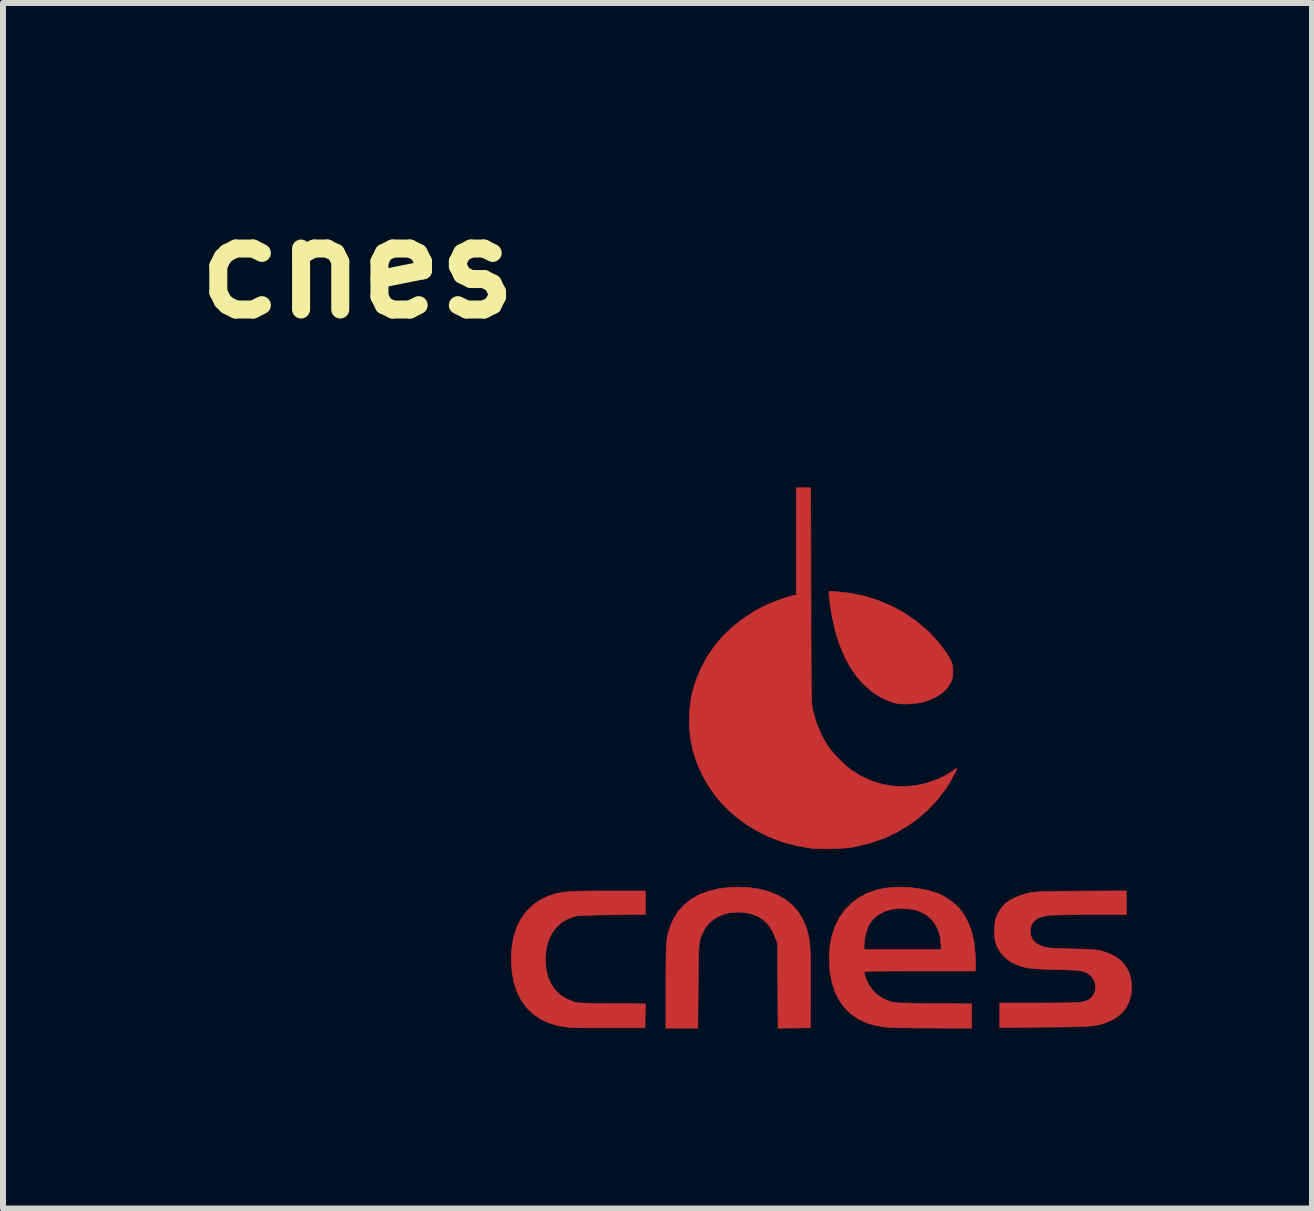
<source format=kicad_pcb>
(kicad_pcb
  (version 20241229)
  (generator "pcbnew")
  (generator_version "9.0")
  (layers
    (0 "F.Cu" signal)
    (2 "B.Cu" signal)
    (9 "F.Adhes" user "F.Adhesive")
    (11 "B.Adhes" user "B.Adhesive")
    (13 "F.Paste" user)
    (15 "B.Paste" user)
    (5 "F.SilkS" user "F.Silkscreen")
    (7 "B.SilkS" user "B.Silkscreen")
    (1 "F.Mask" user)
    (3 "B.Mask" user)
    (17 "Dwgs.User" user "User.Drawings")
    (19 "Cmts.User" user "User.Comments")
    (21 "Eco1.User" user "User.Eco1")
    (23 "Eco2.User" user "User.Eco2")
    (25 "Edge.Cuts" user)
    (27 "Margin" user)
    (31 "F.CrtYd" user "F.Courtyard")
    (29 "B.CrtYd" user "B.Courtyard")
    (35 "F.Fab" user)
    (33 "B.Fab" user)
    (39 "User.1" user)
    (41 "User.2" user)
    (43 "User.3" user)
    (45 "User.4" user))
  (footprint "cnes"
    (layer "F.Cu")
    (at 10.51 10.818)
    (property "Reference" "cnes" (at -7.6 -9.4 0) (layer "F.SilkS") (effects (font (size 1.524 1.524) (thickness 0.3))))
    (attr through_hole)
    (fp_poly (pts (xy 0.379 -4.009) (xy 0.622 -3.981) (xy 0.86 -3.93) (xy 1.091 -3.856) (xy 1.311 -3.761) (xy 1.52 -3.646) (xy 1.715 -3.511) (xy 1.895 -3.357) (xy 1.94 -3.312) (xy 2.021 -3.226) (xy 2.098 -3.136) (xy 2.168 -3.046) (xy 2.227 -2.961) (xy 2.27 -2.886) (xy 2.278 -2.87) (xy 2.299 -2.824) (xy 2.31 -2.785) (xy 2.316 -2.742) (xy 2.317 -2.685) (xy 2.317 -2.68) (xy 2.316 -2.619) (xy 2.31 -2.574) (xy 2.298 -2.534) (xy 2.283 -2.498) (xy 2.229 -2.411) (xy 2.153 -2.334) (xy 2.058 -2.266) (xy 1.945 -2.211) (xy 1.822 -2.171) (xy 1.741 -2.155) (xy 1.65 -2.144) (xy 1.555 -2.138) (xy 1.466 -2.139) (xy 1.388 -2.146) (xy 1.353 -2.153) (xy 1.28 -2.177) (xy 1.196 -2.213) (xy 1.109 -2.256) (xy 1.028 -2.304) (xy 0.965 -2.346) (xy 0.832 -2.464) (xy 0.711 -2.602) (xy 0.603 -2.761) (xy 0.508 -2.94) (xy 0.426 -3.138) (xy 0.359 -3.354) (xy 0.306 -3.588) (xy 0.274 -3.79) (xy 0.266 -3.853) (xy 0.26 -3.911) (xy 0.255 -3.955) (xy 0.254 -3.98) (xy 0.254 -4.017) (xy 0.379 -4.009)) (stroke (width 0.01) (type solid)) (fill yes) (layer "F.Cu"))
    (fp_poly (pts (xy -1.078 0.922) (xy -0.906 0.947) (xy -0.748 0.989) (xy -0.603 1.048) (xy -0.469 1.125) (xy -0.355 1.217) (xy -0.26 1.326) (xy -0.183 1.451) (xy -0.124 1.594) (xy -0.109 1.643) (xy -0.096 1.691) (xy -0.085 1.741) (xy -0.076 1.795) (xy -0.069 1.856) (xy -0.063 1.926) (xy -0.058 2.007) (xy -0.055 2.102) (xy -0.053 2.213) (xy -0.053 2.343) (xy -0.053 2.493) (xy -0.053 2.648) (xy -0.057 3.258) (xy -0.326 3.261) (xy -0.596 3.264) (xy -0.6 2.562) (xy -0.604 1.861) (xy -0.637 1.762) (xy -0.69 1.641) (xy -0.758 1.539) (xy -0.842 1.457) (xy -0.942 1.395) (xy -1.057 1.354) (xy -1.187 1.333) (xy -1.264 1.33) (xy -1.398 1.34) (xy -1.52 1.371) (xy -1.628 1.421) (xy -1.721 1.49) (xy -1.796 1.577) (xy -1.847 1.667) (xy -1.863 1.701) (xy -1.876 1.732) (xy -1.887 1.762) (xy -1.896 1.793) (xy -1.904 1.829) (xy -1.91 1.87) (xy -1.914 1.92) (xy -1.918 1.981) (xy -1.92 2.055) (xy -1.922 2.144) (xy -1.924 2.251) (xy -1.925 2.378) (xy -1.926 2.528) (xy -1.927 2.575) (xy -1.932 3.264) (xy -2.464 3.264) (xy -2.464 2.567) (xy -2.464 2.405) (xy -2.463 2.266) (xy -2.463 2.147) (xy -2.461 2.047) (xy -2.459 1.962) (xy -2.456 1.892) (xy -2.451 1.832) (xy -2.446 1.78) (xy -2.439 1.736) (xy -2.43 1.695) (xy -2.42 1.655) (xy -2.407 1.615) (xy -2.394 1.575) (xy -2.334 1.436) (xy -2.254 1.312) (xy -2.155 1.205) (xy -2.038 1.113) (xy -1.904 1.038) (xy -1.752 0.981) (xy -1.585 0.941) (xy -1.402 0.919) (xy -1.268 0.914) (xy -1.078 0.922)) (stroke (width 0.01) (type solid)) (fill yes) (layer "F.Cu"))
    (fp_poly (pts (xy -2.807 1.37) (xy -3.356 1.375) (xy -3.516 1.377) (xy -3.651 1.38) (xy -3.762 1.383) (xy -3.849 1.386) (xy -3.913 1.39) (xy -3.955 1.394) (xy -3.969 1.397) (xy -4.092 1.439) (xy -4.199 1.501) (xy -4.289 1.581) (xy -4.363 1.678) (xy -4.418 1.792) (xy -4.455 1.922) (xy -4.473 2.065) (xy -4.474 2.121) (xy -4.464 2.267) (xy -4.434 2.4) (xy -4.384 2.518) (xy -4.316 2.62) (xy -4.229 2.706) (xy -4.126 2.774) (xy -4.005 2.824) (xy -3.991 2.828) (xy -3.97 2.833) (xy -3.944 2.838) (xy -3.911 2.842) (xy -3.868 2.845) (xy -3.813 2.847) (xy -3.744 2.849) (xy -3.657 2.851) (xy -3.552 2.852) (xy -3.424 2.854) (xy -3.362 2.854) (xy -2.806 2.859) (xy -2.81 3.058) (xy -2.813 3.258) (xy -3.397 3.259) (xy -3.521 3.259) (xy -3.641 3.259) (xy -3.753 3.258) (xy -3.854 3.257) (xy -3.942 3.256) (xy -4.013 3.254) (xy -4.064 3.252) (xy -4.087 3.25) (xy -4.259 3.223) (xy -4.415 3.176) (xy -4.555 3.11) (xy -4.678 3.025) (xy -4.784 2.922) (xy -4.872 2.802) (xy -4.943 2.664) (xy -4.994 2.51) (xy -5.027 2.34) (xy -5.041 2.154) (xy -5.041 2.108) (xy -5.031 1.922) (xy -5.002 1.752) (xy -4.953 1.596) (xy -4.886 1.457) (xy -4.801 1.335) (xy -4.726 1.255) (xy -4.632 1.176) (xy -4.536 1.115) (xy -4.428 1.066) (xy -4.39 1.053) (xy -4.341 1.037) (xy -4.295 1.023) (xy -4.247 1.012) (xy -4.196 1.003) (xy -4.139 0.995) (xy -4.073 0.989) (xy -3.996 0.985) (xy -3.906 0.982) (xy -3.799 0.98) (xy -3.674 0.979) (xy -3.527 0.978) (xy -3.419 0.978) (xy -2.807 0.978) (xy -2.807 1.37)) (stroke (width 0.01) (type solid)) (fill yes) (layer "F.Cu"))
    (fp_poly (pts (xy -0.048 -3.947) (xy -0.047 -3.697) (xy -0.046 -3.473) (xy -0.046 -3.27) (xy -0.045 -3.09) (xy -0.045 -2.929) (xy -0.044 -2.787) (xy -0.043 -2.663) (xy -0.043 -2.555) (xy -0.042 -2.462) (xy -0.041 -2.382) (xy -0.04 -2.315) (xy -0.038 -2.258) (xy -0.037 -2.211) (xy -0.035 -2.173) (xy -0.033 -2.141) (xy -0.03 -2.115) (xy -0.028 -2.094) (xy -0.025 -2.075) (xy -0.022 -2.058) (xy -0.018 -2.042) (xy -0.016 -2.035) (xy 0.034 -1.852) (xy 0.097 -1.686) (xy 0.176 -1.531) (xy 0.237 -1.432) (xy 0.284 -1.37) (xy 0.345 -1.298) (xy 0.416 -1.223) (xy 0.49 -1.151) (xy 0.561 -1.087) (xy 0.624 -1.037) (xy 0.791 -0.934) (xy 0.966 -0.854) (xy 1.146 -0.799) (xy 1.329 -0.768) (xy 1.516 -0.761) (xy 1.703 -0.779) (xy 1.89 -0.821) (xy 2.075 -0.888) (xy 2.16 -0.928) (xy 2.215 -0.957) (xy 2.269 -0.99) (xy 2.313 -1.019) (xy 2.317 -1.022) (xy 2.349 -1.046) (xy 2.373 -1.061) (xy 2.382 -1.064) (xy 2.38 -1.049) (xy 2.367 -1.018) (xy 2.344 -0.974) (xy 2.316 -0.921) (xy 2.283 -0.863) (xy 2.249 -0.805) (xy 2.215 -0.752) (xy 2.197 -0.724) (xy 2.058 -0.542) (xy 1.905 -0.378) (xy 1.734 -0.23) (xy 1.582 -0.12) (xy 1.383 -0.001) (xy 1.174 0.097) (xy 0.952 0.175) (xy 0.716 0.234) (xy 0.641 0.248) (xy 0.579 0.257) (xy 0.498 0.264) (xy 0.403 0.269) (xy 0.303 0.273) (xy 0.202 0.274) (xy 0.107 0.274) (xy 0.025 0.271) (xy -0.038 0.266) (xy -0.289 0.224) (xy -0.529 0.159) (xy -0.758 0.071) (xy -0.974 -0.039) (xy -1.113 -0.126) (xy -1.27 -0.239) (xy -1.407 -0.355) (xy -1.53 -0.479) (xy -1.644 -0.616) (xy -1.734 -0.743) (xy -1.849 -0.937) (xy -1.941 -1.14) (xy -2.01 -1.351) (xy -2.055 -1.566) (xy -2.076 -1.786) (xy -2.072 -2.007) (xy -2.044 -2.229) (xy -2.032 -2.291) (xy -1.972 -2.507) (xy -1.889 -2.714) (xy -1.784 -2.911) (xy -1.658 -3.096) (xy -1.512 -3.269) (xy -1.347 -3.427) (xy -1.164 -3.57) (xy -0.965 -3.696) (xy -0.83 -3.767) (xy -0.758 -3.8) (xy -0.675 -3.834) (xy -0.588 -3.867) (xy -0.502 -3.897) (xy -0.423 -3.922) (xy -0.359 -3.939) (xy -0.34 -3.944) (xy -0.292 -3.953) (xy -0.292 -5.74) (xy -0.052 -5.74) (xy -0.048 -3.947)) (stroke (width 0.01) (type solid)) (fill yes) (layer "F.Cu"))
    (fp_poly (pts (xy 1.622 0.923) (xy 1.777 0.943) (xy 1.923 0.974) (xy 2.054 1.015) (xy 2.099 1.033) (xy 2.166 1.068) (xy 2.239 1.113) (xy 2.311 1.164) (xy 2.373 1.215) (xy 2.415 1.256) (xy 2.506 1.378) (xy 2.579 1.516) (xy 2.634 1.671) (xy 2.671 1.842) (xy 2.69 2.031) (xy 2.692 2.143) (xy 2.692 2.311) (xy 1.765 2.311) (xy 1.583 2.311) (xy 1.424 2.312) (xy 1.289 2.312) (xy 1.174 2.313) (xy 1.078 2.314) (xy 1.001 2.315) (xy 0.941 2.317) (xy 0.896 2.319) (xy 0.865 2.321) (xy 0.846 2.323) (xy 0.839 2.326) (xy 0.838 2.327) (xy 0.844 2.361) (xy 0.859 2.409) (xy 0.88 2.464) (xy 0.905 2.52) (xy 0.916 2.54) (xy 0.978 2.632) (xy 1.061 2.711) (xy 1.162 2.775) (xy 1.276 2.822) (xy 1.314 2.832) (xy 1.34 2.837) (xy 1.382 2.84) (xy 1.442 2.844) (xy 1.52 2.846) (xy 1.62 2.849) (xy 1.741 2.851) (xy 1.885 2.853) (xy 2.003 2.854) (xy 2.629 2.859) (xy 2.629 3.264) (xy 1.978 3.262) (xy 1.848 3.262) (xy 1.721 3.261) (xy 1.602 3.259) (xy 1.494 3.258) (xy 1.398 3.256) (xy 1.319 3.254) (xy 1.258 3.252) (xy 1.22 3.25) (xy 1.216 3.25) (xy 1.042 3.223) (xy 0.885 3.177) (xy 0.745 3.112) (xy 0.622 3.029) (xy 0.517 2.927) (xy 0.429 2.808) (xy 0.359 2.67) (xy 0.307 2.514) (xy 0.273 2.341) (xy 0.264 2.259) (xy 0.257 2.067) (xy 0.271 1.885) (xy 0.273 1.875) (xy 0.838 1.875) (xy 0.838 1.956) (xy 2.121 1.956) (xy 2.121 1.883) (xy 2.109 1.753) (xy 2.077 1.636) (xy 2.025 1.532) (xy 1.955 1.443) (xy 1.868 1.371) (xy 1.765 1.318) (xy 1.665 1.288) (xy 1.583 1.276) (xy 1.489 1.271) (xy 1.394 1.273) (xy 1.308 1.282) (xy 1.273 1.289) (xy 1.162 1.326) (xy 1.065 1.38) (xy 0.985 1.45) (xy 0.925 1.532) (xy 0.923 1.535) (xy 0.891 1.607) (xy 0.865 1.692) (xy 0.847 1.782) (xy 0.838 1.864) (xy 0.838 1.875) (xy 0.273 1.875) (xy 0.305 1.716) (xy 0.358 1.56) (xy 0.43 1.419) (xy 0.52 1.293) (xy 0.628 1.183) (xy 0.752 1.09) (xy 0.891 1.016) (xy 1.046 0.962) (xy 1.167 0.935) (xy 1.311 0.918) (xy 1.465 0.914) (xy 1.622 0.923)) (stroke (width 0.01) (type solid)) (fill yes) (layer "F.Cu"))
    (fp_poly (pts (xy 5.207 1.372) (xy 4.613 1.372) (xy 4.488 1.372) (xy 4.367 1.373) (xy 4.254 1.374) (xy 4.151 1.376) (xy 4.062 1.378) (xy 3.989 1.38) (xy 3.937 1.382) (xy 3.911 1.385) (xy 3.808 1.404) (xy 3.727 1.436) (xy 3.667 1.481) (xy 3.628 1.539) (xy 3.609 1.61) (xy 3.607 1.647) (xy 3.617 1.727) (xy 3.649 1.794) (xy 3.702 1.848) (xy 3.777 1.89) (xy 3.82 1.906) (xy 3.847 1.914) (xy 3.874 1.92) (xy 3.907 1.925) (xy 3.947 1.929) (xy 3.998 1.933) (xy 4.064 1.936) (xy 4.147 1.939) (xy 4.251 1.942) (xy 4.305 1.943) (xy 4.421 1.946) (xy 4.514 1.949) (xy 4.589 1.953) (xy 4.648 1.956) (xy 4.695 1.96) (xy 4.734 1.965) (xy 4.767 1.971) (xy 4.799 1.979) (xy 4.806 1.981) (xy 4.938 2.027) (xy 5.05 2.088) (xy 5.141 2.164) (xy 5.212 2.254) (xy 5.261 2.358) (xy 5.289 2.475) (xy 5.296 2.578) (xy 5.285 2.709) (xy 5.253 2.826) (xy 5.2 2.929) (xy 5.126 3.018) (xy 5.031 3.093) (xy 4.915 3.153) (xy 4.842 3.181) (xy 4.804 3.193) (xy 4.766 3.203) (xy 4.728 3.212) (xy 4.686 3.219) (xy 4.639 3.225) (xy 4.583 3.231) (xy 4.517 3.235) (xy 4.439 3.238) (xy 4.346 3.241) (xy 4.236 3.243) (xy 4.107 3.245) (xy 3.956 3.246) (xy 3.832 3.247) (xy 3.099 3.254) (xy 3.099 2.845) (xy 3.75 2.845) (xy 3.906 2.844) (xy 4.04 2.844) (xy 4.152 2.843) (xy 4.246 2.841) (xy 4.323 2.839) (xy 4.385 2.836) (xy 4.436 2.832) (xy 4.476 2.826) (xy 4.509 2.819) (xy 4.536 2.81) (xy 4.56 2.8) (xy 4.583 2.788) (xy 4.586 2.786) (xy 4.641 2.741) (xy 4.677 2.683) (xy 4.695 2.616) (xy 4.695 2.547) (xy 4.677 2.479) (xy 4.641 2.417) (xy 4.587 2.367) (xy 4.586 2.366) (xy 4.556 2.347) (xy 4.527 2.332) (xy 4.493 2.32) (xy 4.454 2.311) (xy 4.404 2.304) (xy 4.342 2.298) (xy 4.264 2.294) (xy 4.167 2.29) (xy 4.048 2.287) (xy 4.026 2.286) (xy 3.898 2.283) (xy 3.791 2.279) (xy 3.703 2.274) (xy 3.631 2.268) (xy 3.569 2.26) (xy 3.516 2.25) (xy 3.467 2.237) (xy 3.419 2.221) (xy 3.392 2.211) (xy 3.283 2.158) (xy 3.19 2.089) (xy 3.113 2.005) (xy 3.056 1.91) (xy 3.024 1.816) (xy 3.015 1.755) (xy 3.011 1.679) (xy 3.012 1.598) (xy 3.018 1.521) (xy 3.028 1.458) (xy 3.029 1.454) (xy 3.065 1.358) (xy 3.119 1.268) (xy 3.185 1.194) (xy 3.188 1.191) (xy 3.256 1.141) (xy 3.344 1.094) (xy 3.443 1.053) (xy 3.548 1.021) (xy 3.575 1.015) (xy 3.603 1.009) (xy 3.629 1.004) (xy 3.657 0.999) (xy 3.689 0.996) (xy 3.726 0.993) (xy 3.772 0.99) (xy 3.828 0.988) (xy 3.896 0.987) (xy 3.98 0.985) (xy 4.08 0.984) (xy 4.2 0.983) (xy 4.341 0.982) (xy 4.455 0.981) (xy 5.207 0.976) (xy 5.207 1.372)) (stroke (width 0.01) (type solid)) (fill yes) (layer "F.Cu"))
    (fp_poly (pts (xy 0.379 -4.009) (xy 0.622 -3.981) (xy 0.86 -3.93) (xy 1.091 -3.856) (xy 1.311 -3.761) (xy 1.52 -3.646) (xy 1.715 -3.511) (xy 1.895 -3.357) (xy 1.94 -3.312) (xy 2.021 -3.226) (xy 2.098 -3.136) (xy 2.168 -3.046) (xy 2.227 -2.961) (xy 2.27 -2.886) (xy 2.278 -2.87) (xy 2.299 -2.824) (xy 2.31 -2.785) (xy 2.316 -2.742) (xy 2.317 -2.685) (xy 2.317 -2.68) (xy 2.316 -2.619) (xy 2.31 -2.574) (xy 2.298 -2.534) (xy 2.283 -2.498) (xy 2.229 -2.411) (xy 2.153 -2.334) (xy 2.058 -2.266) (xy 1.945 -2.211) (xy 1.822 -2.171) (xy 1.741 -2.155) (xy 1.65 -2.144) (xy 1.555 -2.138) (xy 1.466 -2.139) (xy 1.388 -2.146) (xy 1.353 -2.153) (xy 1.28 -2.177) (xy 1.196 -2.213) (xy 1.109 -2.256) (xy 1.028 -2.304) (xy 0.965 -2.346) (xy 0.832 -2.464) (xy 0.711 -2.602) (xy 0.603 -2.761) (xy 0.508 -2.94) (xy 0.426 -3.138) (xy 0.359 -3.354) (xy 0.306 -3.588) (xy 0.274 -3.79) (xy 0.266 -3.853) (xy 0.26 -3.911) (xy 0.255 -3.955) (xy 0.254 -3.98) (xy 0.254 -4.017) (xy 0.379 -4.009)) (stroke (width 0.01) (type solid)) (fill yes) (layer "F.Mask"))
    (fp_poly (pts (xy -1.078 0.922) (xy -0.906 0.947) (xy -0.748 0.989) (xy -0.603 1.048) (xy -0.469 1.125) (xy -0.355 1.217) (xy -0.26 1.326) (xy -0.183 1.451) (xy -0.124 1.594) (xy -0.109 1.643) (xy -0.096 1.691) (xy -0.085 1.741) (xy -0.076 1.795) (xy -0.069 1.856) (xy -0.063 1.926) (xy -0.058 2.007) (xy -0.055 2.102) (xy -0.053 2.213) (xy -0.053 2.343) (xy -0.053 2.493) (xy -0.053 2.648) (xy -0.057 3.258) (xy -0.326 3.261) (xy -0.596 3.264) (xy -0.6 2.562) (xy -0.604 1.861) (xy -0.637 1.762) (xy -0.69 1.641) (xy -0.758 1.539) (xy -0.842 1.457) (xy -0.942 1.395) (xy -1.057 1.354) (xy -1.187 1.333) (xy -1.264 1.33) (xy -1.398 1.34) (xy -1.52 1.371) (xy -1.628 1.421) (xy -1.721 1.49) (xy -1.796 1.577) (xy -1.847 1.667) (xy -1.863 1.701) (xy -1.876 1.732) (xy -1.887 1.762) (xy -1.896 1.793) (xy -1.904 1.829) (xy -1.91 1.87) (xy -1.914 1.92) (xy -1.918 1.981) (xy -1.92 2.055) (xy -1.922 2.144) (xy -1.924 2.251) (xy -1.925 2.378) (xy -1.926 2.528) (xy -1.927 2.575) (xy -1.932 3.264) (xy -2.464 3.264) (xy -2.464 2.567) (xy -2.464 2.405) (xy -2.463 2.266) (xy -2.463 2.147) (xy -2.461 2.047) (xy -2.459 1.962) (xy -2.456 1.892) (xy -2.451 1.832) (xy -2.446 1.78) (xy -2.439 1.736) (xy -2.43 1.695) (xy -2.42 1.655) (xy -2.407 1.615) (xy -2.394 1.575) (xy -2.334 1.436) (xy -2.254 1.312) (xy -2.155 1.205) (xy -2.038 1.113) (xy -1.904 1.038) (xy -1.752 0.981) (xy -1.585 0.941) (xy -1.402 0.919) (xy -1.268 0.914) (xy -1.078 0.922)) (stroke (width 0.01) (type solid)) (fill yes) (layer "F.Mask"))
    (fp_poly (pts (xy -2.807 1.37) (xy -3.356 1.375) (xy -3.516 1.377) (xy -3.651 1.38) (xy -3.762 1.383) (xy -3.849 1.386) (xy -3.913 1.39) (xy -3.955 1.394) (xy -3.969 1.397) (xy -4.092 1.439) (xy -4.199 1.501) (xy -4.289 1.581) (xy -4.363 1.678) (xy -4.418 1.792) (xy -4.455 1.922) (xy -4.473 2.065) (xy -4.474 2.121) (xy -4.464 2.267) (xy -4.434 2.4) (xy -4.384 2.518) (xy -4.316 2.62) (xy -4.229 2.706) (xy -4.126 2.774) (xy -4.005 2.824) (xy -3.991 2.828) (xy -3.97 2.833) (xy -3.944 2.838) (xy -3.911 2.842) (xy -3.868 2.845) (xy -3.813 2.847) (xy -3.744 2.849) (xy -3.657 2.851) (xy -3.552 2.852) (xy -3.424 2.854) (xy -3.362 2.854) (xy -2.806 2.859) (xy -2.81 3.058) (xy -2.813 3.258) (xy -3.397 3.259) (xy -3.521 3.259) (xy -3.641 3.259) (xy -3.753 3.258) (xy -3.854 3.257) (xy -3.942 3.256) (xy -4.013 3.254) (xy -4.064 3.252) (xy -4.087 3.25) (xy -4.259 3.223) (xy -4.415 3.176) (xy -4.555 3.11) (xy -4.678 3.025) (xy -4.784 2.922) (xy -4.872 2.802) (xy -4.943 2.664) (xy -4.994 2.51) (xy -5.027 2.34) (xy -5.041 2.154) (xy -5.041 2.108) (xy -5.031 1.922) (xy -5.002 1.752) (xy -4.953 1.596) (xy -4.886 1.457) (xy -4.801 1.335) (xy -4.726 1.255) (xy -4.632 1.176) (xy -4.536 1.115) (xy -4.428 1.066) (xy -4.39 1.053) (xy -4.341 1.037) (xy -4.295 1.023) (xy -4.247 1.012) (xy -4.196 1.003) (xy -4.139 0.995) (xy -4.073 0.989) (xy -3.996 0.985) (xy -3.906 0.982) (xy -3.799 0.98) (xy -3.674 0.979) (xy -3.527 0.978) (xy -3.419 0.978) (xy -2.807 0.978) (xy -2.807 1.37)) (stroke (width 0.01) (type solid)) (fill yes) (layer "F.Mask"))
    (fp_poly (pts (xy -0.048 -3.947) (xy -0.047 -3.697) (xy -0.046 -3.473) (xy -0.046 -3.27) (xy -0.045 -3.09) (xy -0.045 -2.929) (xy -0.044 -2.787) (xy -0.043 -2.663) (xy -0.043 -2.555) (xy -0.042 -2.462) (xy -0.041 -2.382) (xy -0.04 -2.315) (xy -0.038 -2.258) (xy -0.037 -2.211) (xy -0.035 -2.173) (xy -0.033 -2.141) (xy -0.03 -2.115) (xy -0.028 -2.094) (xy -0.025 -2.075) (xy -0.022 -2.058) (xy -0.018 -2.042) (xy -0.016 -2.035) (xy 0.034 -1.852) (xy 0.097 -1.686) (xy 0.176 -1.531) (xy 0.237 -1.432) (xy 0.284 -1.37) (xy 0.345 -1.298) (xy 0.416 -1.223) (xy 0.49 -1.151) (xy 0.561 -1.087) (xy 0.624 -1.037) (xy 0.791 -0.934) (xy 0.966 -0.854) (xy 1.146 -0.799) (xy 1.329 -0.768) (xy 1.516 -0.761) (xy 1.703 -0.779) (xy 1.89 -0.821) (xy 2.075 -0.888) (xy 2.16 -0.928) (xy 2.215 -0.957) (xy 2.269 -0.99) (xy 2.313 -1.019) (xy 2.317 -1.022) (xy 2.349 -1.046) (xy 2.373 -1.061) (xy 2.382 -1.064) (xy 2.38 -1.049) (xy 2.367 -1.018) (xy 2.344 -0.974) (xy 2.316 -0.921) (xy 2.283 -0.863) (xy 2.249 -0.805) (xy 2.215 -0.752) (xy 2.197 -0.724) (xy 2.058 -0.542) (xy 1.905 -0.378) (xy 1.734 -0.23) (xy 1.582 -0.12) (xy 1.383 -0.001) (xy 1.174 0.097) (xy 0.952 0.175) (xy 0.716 0.234) (xy 0.641 0.248) (xy 0.579 0.257) (xy 0.498 0.264) (xy 0.403 0.269) (xy 0.303 0.273) (xy 0.202 0.274) (xy 0.107 0.274) (xy 0.025 0.271) (xy -0.038 0.266) (xy -0.289 0.224) (xy -0.529 0.159) (xy -0.758 0.071) (xy -0.974 -0.039) (xy -1.113 -0.126) (xy -1.27 -0.239) (xy -1.407 -0.355) (xy -1.53 -0.479) (xy -1.644 -0.616) (xy -1.734 -0.743) (xy -1.849 -0.937) (xy -1.941 -1.14) (xy -2.01 -1.351) (xy -2.055 -1.566) (xy -2.076 -1.786) (xy -2.072 -2.007) (xy -2.044 -2.229) (xy -2.032 -2.291) (xy -1.972 -2.507) (xy -1.889 -2.714) (xy -1.784 -2.911) (xy -1.658 -3.096) (xy -1.512 -3.269) (xy -1.347 -3.427) (xy -1.164 -3.57) (xy -0.965 -3.696) (xy -0.83 -3.767) (xy -0.758 -3.8) (xy -0.675 -3.834) (xy -0.588 -3.867) (xy -0.502 -3.897) (xy -0.423 -3.922) (xy -0.359 -3.939) (xy -0.34 -3.944) (xy -0.292 -3.953) (xy -0.292 -5.74) (xy -0.052 -5.74) (xy -0.048 -3.947)) (stroke (width 0.01) (type solid)) (fill yes) (layer "F.Mask"))
    (fp_poly (pts (xy 1.622 0.923) (xy 1.777 0.943) (xy 1.923 0.974) (xy 2.054 1.015) (xy 2.099 1.033) (xy 2.166 1.068) (xy 2.239 1.113) (xy 2.311 1.164) (xy 2.373 1.215) (xy 2.415 1.256) (xy 2.506 1.378) (xy 2.579 1.516) (xy 2.634 1.671) (xy 2.671 1.842) (xy 2.69 2.031) (xy 2.692 2.143) (xy 2.692 2.311) (xy 1.765 2.311) (xy 1.583 2.311) (xy 1.424 2.312) (xy 1.289 2.312) (xy 1.174 2.313) (xy 1.078 2.314) (xy 1.001 2.315) (xy 0.941 2.317) (xy 0.896 2.319) (xy 0.865 2.321) (xy 0.846 2.323) (xy 0.839 2.326) (xy 0.838 2.327) (xy 0.844 2.361) (xy 0.859 2.409) (xy 0.88 2.464) (xy 0.905 2.52) (xy 0.916 2.54) (xy 0.978 2.632) (xy 1.061 2.711) (xy 1.162 2.775) (xy 1.276 2.822) (xy 1.314 2.832) (xy 1.34 2.837) (xy 1.382 2.84) (xy 1.442 2.844) (xy 1.52 2.846) (xy 1.62 2.849) (xy 1.741 2.851) (xy 1.885 2.853) (xy 2.003 2.854) (xy 2.629 2.859) (xy 2.629 3.264) (xy 1.978 3.262) (xy 1.848 3.262) (xy 1.721 3.261) (xy 1.602 3.259) (xy 1.494 3.258) (xy 1.398 3.256) (xy 1.319 3.254) (xy 1.258 3.252) (xy 1.22 3.25) (xy 1.216 3.25) (xy 1.042 3.223) (xy 0.885 3.177) (xy 0.745 3.112) (xy 0.622 3.029) (xy 0.517 2.927) (xy 0.429 2.808) (xy 0.359 2.67) (xy 0.307 2.514) (xy 0.273 2.341) (xy 0.264 2.259) (xy 0.257 2.067) (xy 0.271 1.885) (xy 0.273 1.875) (xy 0.838 1.875) (xy 0.838 1.956) (xy 2.121 1.956) (xy 2.121 1.883) (xy 2.109 1.753) (xy 2.077 1.636) (xy 2.025 1.532) (xy 1.955 1.443) (xy 1.868 1.371) (xy 1.765 1.318) (xy 1.665 1.288) (xy 1.583 1.276) (xy 1.489 1.271) (xy 1.394 1.273) (xy 1.308 1.282) (xy 1.273 1.289) (xy 1.162 1.326) (xy 1.065 1.38) (xy 0.985 1.45) (xy 0.925 1.532) (xy 0.923 1.535) (xy 0.891 1.607) (xy 0.865 1.692) (xy 0.847 1.782) (xy 0.838 1.864) (xy 0.838 1.875) (xy 0.273 1.875) (xy 0.305 1.716) (xy 0.358 1.56) (xy 0.43 1.419) (xy 0.52 1.293) (xy 0.628 1.183) (xy 0.752 1.09) (xy 0.891 1.016) (xy 1.046 0.962) (xy 1.167 0.935) (xy 1.311 0.918) (xy 1.465 0.914) (xy 1.622 0.923)) (stroke (width 0.01) (type solid)) (fill yes) (layer "F.Mask"))
    (fp_poly (pts (xy 5.207 1.372) (xy 4.613 1.372) (xy 4.488 1.372) (xy 4.367 1.373) (xy 4.254 1.374) (xy 4.151 1.376) (xy 4.062 1.378) (xy 3.989 1.38) (xy 3.937 1.382) (xy 3.911 1.385) (xy 3.808 1.404) (xy 3.727 1.436) (xy 3.667 1.481) (xy 3.628 1.539) (xy 3.609 1.61) (xy 3.607 1.647) (xy 3.617 1.727) (xy 3.649 1.794) (xy 3.702 1.848) (xy 3.777 1.89) (xy 3.82 1.906) (xy 3.847 1.914) (xy 3.874 1.92) (xy 3.907 1.925) (xy 3.947 1.929) (xy 3.998 1.933) (xy 4.064 1.936) (xy 4.147 1.939) (xy 4.251 1.942) (xy 4.305 1.943) (xy 4.421 1.946) (xy 4.514 1.949) (xy 4.589 1.953) (xy 4.648 1.956) (xy 4.695 1.96) (xy 4.734 1.965) (xy 4.767 1.971) (xy 4.799 1.979) (xy 4.806 1.981) (xy 4.938 2.027) (xy 5.05 2.088) (xy 5.141 2.164) (xy 5.212 2.254) (xy 5.261 2.358) (xy 5.289 2.475) (xy 5.296 2.578) (xy 5.285 2.709) (xy 5.253 2.826) (xy 5.2 2.929) (xy 5.126 3.018) (xy 5.031 3.093) (xy 4.915 3.153) (xy 4.842 3.181) (xy 4.804 3.193) (xy 4.766 3.203) (xy 4.728 3.212) (xy 4.686 3.219) (xy 4.639 3.225) (xy 4.583 3.231) (xy 4.517 3.235) (xy 4.439 3.238) (xy 4.346 3.241) (xy 4.236 3.243) (xy 4.107 3.245) (xy 3.956 3.246) (xy 3.832 3.247) (xy 3.099 3.254) (xy 3.099 2.845) (xy 3.75 2.845) (xy 3.906 2.844) (xy 4.04 2.844) (xy 4.152 2.843) (xy 4.246 2.841) (xy 4.323 2.839) (xy 4.385 2.836) (xy 4.436 2.832) (xy 4.476 2.826) (xy 4.509 2.819) (xy 4.536 2.81) (xy 4.56 2.8) (xy 4.583 2.788) (xy 4.586 2.786) (xy 4.641 2.741) (xy 4.677 2.683) (xy 4.695 2.616) (xy 4.695 2.547) (xy 4.677 2.479) (xy 4.641 2.417) (xy 4.587 2.367) (xy 4.586 2.366) (xy 4.556 2.347) (xy 4.527 2.332) (xy 4.493 2.32) (xy 4.454 2.311) (xy 4.404 2.304) (xy 4.342 2.298) (xy 4.264 2.294) (xy 4.167 2.29) (xy 4.048 2.287) (xy 4.026 2.286) (xy 3.898 2.283) (xy 3.791 2.279) (xy 3.703 2.274) (xy 3.631 2.268) (xy 3.569 2.26) (xy 3.516 2.25) (xy 3.467 2.237) (xy 3.419 2.221) (xy 3.392 2.211) (xy 3.283 2.158) (xy 3.19 2.089) (xy 3.113 2.005) (xy 3.056 1.91) (xy 3.024 1.816) (xy 3.015 1.755) (xy 3.011 1.679) (xy 3.012 1.598) (xy 3.018 1.521) (xy 3.028 1.458) (xy 3.029 1.454) (xy 3.065 1.358) (xy 3.119 1.268) (xy 3.185 1.194) (xy 3.188 1.191) (xy 3.256 1.141) (xy 3.344 1.094) (xy 3.443 1.053) (xy 3.548 1.021) (xy 3.575 1.015) (xy 3.603 1.009) (xy 3.629 1.004) (xy 3.657 0.999) (xy 3.689 0.996) (xy 3.726 0.993) (xy 3.772 0.99) (xy 3.828 0.988) (xy 3.896 0.987) (xy 3.98 0.985) (xy 4.08 0.984) (xy 4.2 0.983) (xy 4.341 0.982) (xy 4.455 0.981) (xy 5.207 0.976) (xy 5.207 1.372)) (stroke (width 0.01) (type solid)) (fill yes) (layer "F.Mask")))
  (gr_rect
    (start -3 -3)
    (end 18.811 17.087)
    (stroke (width 0.1) (type default))
    (fill no)
    (layer "Edge.Cuts")))
</source>
